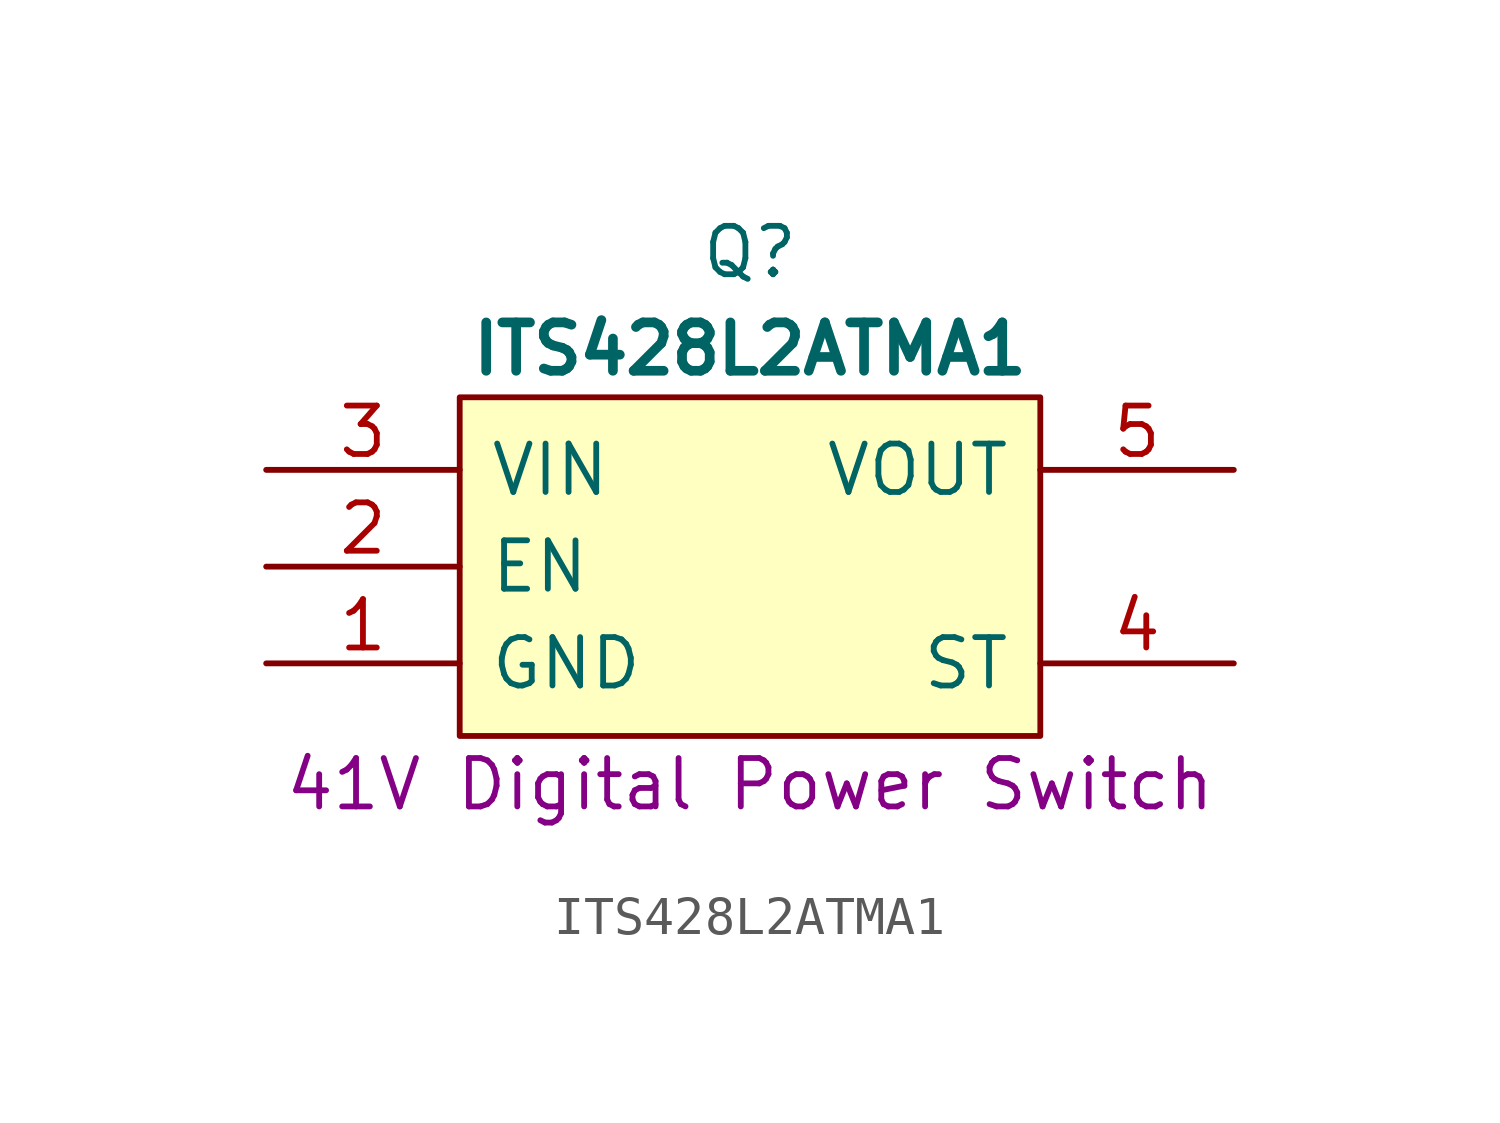
<source format=kicad_sym>
(kicad_symbol_lib
  (version 20231120)
  (generator "kicad_symbol_editor")
  (generator_version "8.0")
  (symbol "ITS428L2ATMA1"
    (pin_names
      (offset 0.762))
    (property "Reference" "Q"
      (at 12.7 5.715 0)
      (effects (font (size 1.27 1.27))))
    (property "Value" "ITS428L2ATMA1"
      (at 12.7 3.175 0)
      (effects (font (size 1.27 1.27) (bold yes))))
    (property "Description" "41V Digital Power Switch"
      (at 12.7 -8.255 0)
      (effects (font (size 1.27 1.27))))
    (symbol "ITS428L2ATMA1_0_0"
      (pin passive line (at 0 -5.08 0) (length 5.08) (name "GND" (effects (font (size 1.27 1.27)))) (number "1" (effects (font (size 1.27 1.27))))))
    (symbol "ITS428L2ATMA1_1_0"
      (pin input line (at 0 -2.54 0) (length 5.08) (name "EN" (effects (font (size 1.27 1.27)))) (number "2" (effects (font (size 1.27 1.27)))))
      (pin passive line (at 0 0 0) (length 5.08) (name "VIN" (effects (font (size 1.27 1.27)))) (number "3" (effects (font (size 1.27 1.27)))))
      (pin output line (at 25.4 -5.08 180) (length 5.08) (name "ST" (effects (font (size 1.27 1.27)))) (number "4" (effects (font (size 1.27 1.27)))))
      (pin passive line (at 25.4 0 180) (length 5.08) (name "VOUT" (effects (font (size 1.27 1.27)))) (number "5" (effects (font (size 1.27 1.27))))))
    (symbol "ITS428L2ATMA1_1_1"
      (polyline (pts (xy 5.08 1.905) (xy 20.32 1.905) (xy 20.32 -6.985) (xy 5.08 -6.985) (xy 5.08 1.905)) (stroke (width 0.152) (type solid)) (fill (type background))))))
</source>
